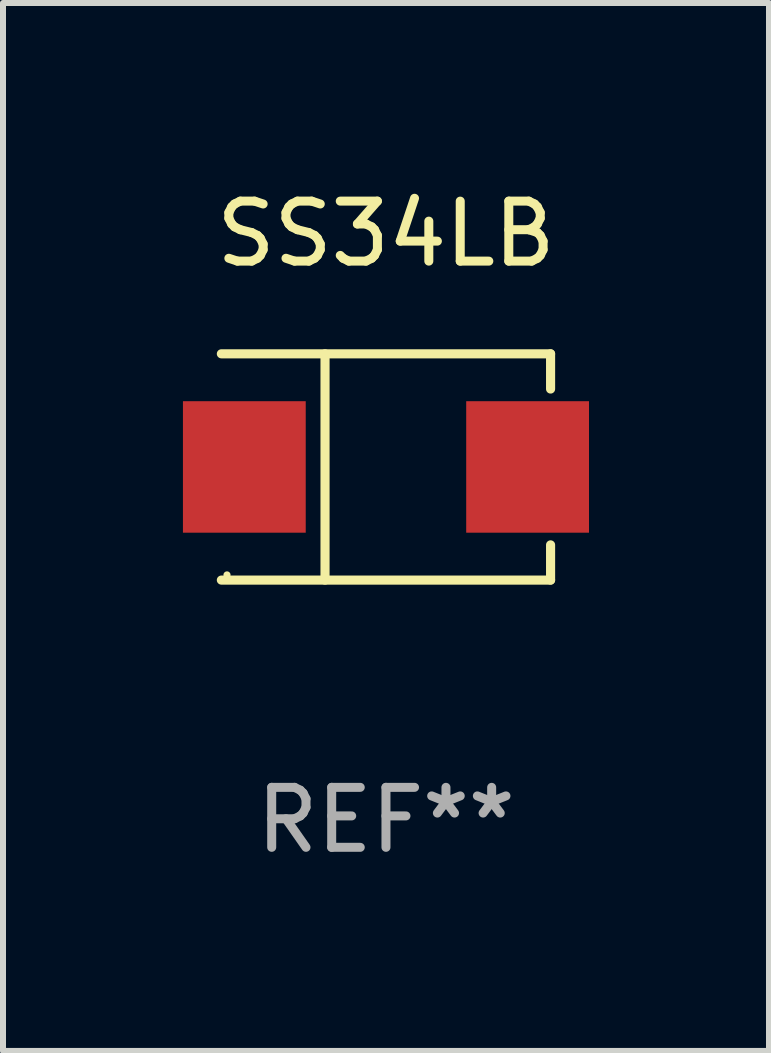
<source format=kicad_pcb>
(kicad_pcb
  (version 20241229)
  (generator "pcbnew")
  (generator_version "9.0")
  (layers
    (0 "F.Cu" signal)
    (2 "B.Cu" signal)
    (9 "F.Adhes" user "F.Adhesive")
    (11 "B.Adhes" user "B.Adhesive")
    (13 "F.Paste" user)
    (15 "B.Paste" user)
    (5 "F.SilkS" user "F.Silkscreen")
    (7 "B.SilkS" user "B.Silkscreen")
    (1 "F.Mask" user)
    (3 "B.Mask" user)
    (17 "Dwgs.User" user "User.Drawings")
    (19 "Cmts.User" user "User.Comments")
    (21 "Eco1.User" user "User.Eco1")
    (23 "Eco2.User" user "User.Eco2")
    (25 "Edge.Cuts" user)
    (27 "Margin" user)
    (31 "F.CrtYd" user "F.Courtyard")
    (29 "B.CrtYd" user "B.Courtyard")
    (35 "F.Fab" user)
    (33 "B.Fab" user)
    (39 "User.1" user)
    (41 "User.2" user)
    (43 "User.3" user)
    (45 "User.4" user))
  (footprint "SS34LB"
    (layer "F.Cu")
    (at 3.384 4.734)
    (property "Reference" "SS34LB" (at 0 -3.886 0) (layer "F.SilkS") (effects (font (size 1 1) (thickness 0.15))))
    (attr through_hole)
    (fp_line (start -2.744 -1.886) (end 2.744 -1.886) (stroke (width 0.152) (type solid)) (layer "F.SilkS"))
    (fp_line (start -2.744 1.886) (end 2.744 1.886) (stroke (width 0.152) (type solid)) (layer "F.SilkS"))
    (fp_line (start -1.016 -1.886) (end -1.016 1.886) (stroke (width 0.152) (type solid)) (layer "F.SilkS"))
    (fp_line (start 2.744 -1.886) (end 2.744 -1.299) (stroke (width 0.152) (type solid)) (layer "F.SilkS"))
    (fp_line (start 2.744 1.886) (end 2.744 1.299) (stroke (width 0.152) (type solid)) (layer "F.SilkS"))
    (fp_circle (center -2.65 1.8) (end -2.62 1.8) (stroke (width 0.06) (type solid)) (fill no) (layer "F.SilkS"))
    (fp_text user "REF**" (at 0 5.886 0) (layer "F.Fab") (effects (font (size 1 1) (thickness 0.15))))
    (pad "1" smd rect (at -2.361 0) (size 2.047 2.192) (layers "F.Cu" "F.Mask" "F.Paste"))
    (pad "2" smd rect (at 2.361 0) (size 2.047 2.192) (layers "F.Cu" "F.Mask" "F.Paste")))
  (gr_rect
    (start -3 -3)
    (end 9.769 14.469)
    (stroke (width 0.1) (type default))
    (fill no)
    (layer "Edge.Cuts")))
</source>
